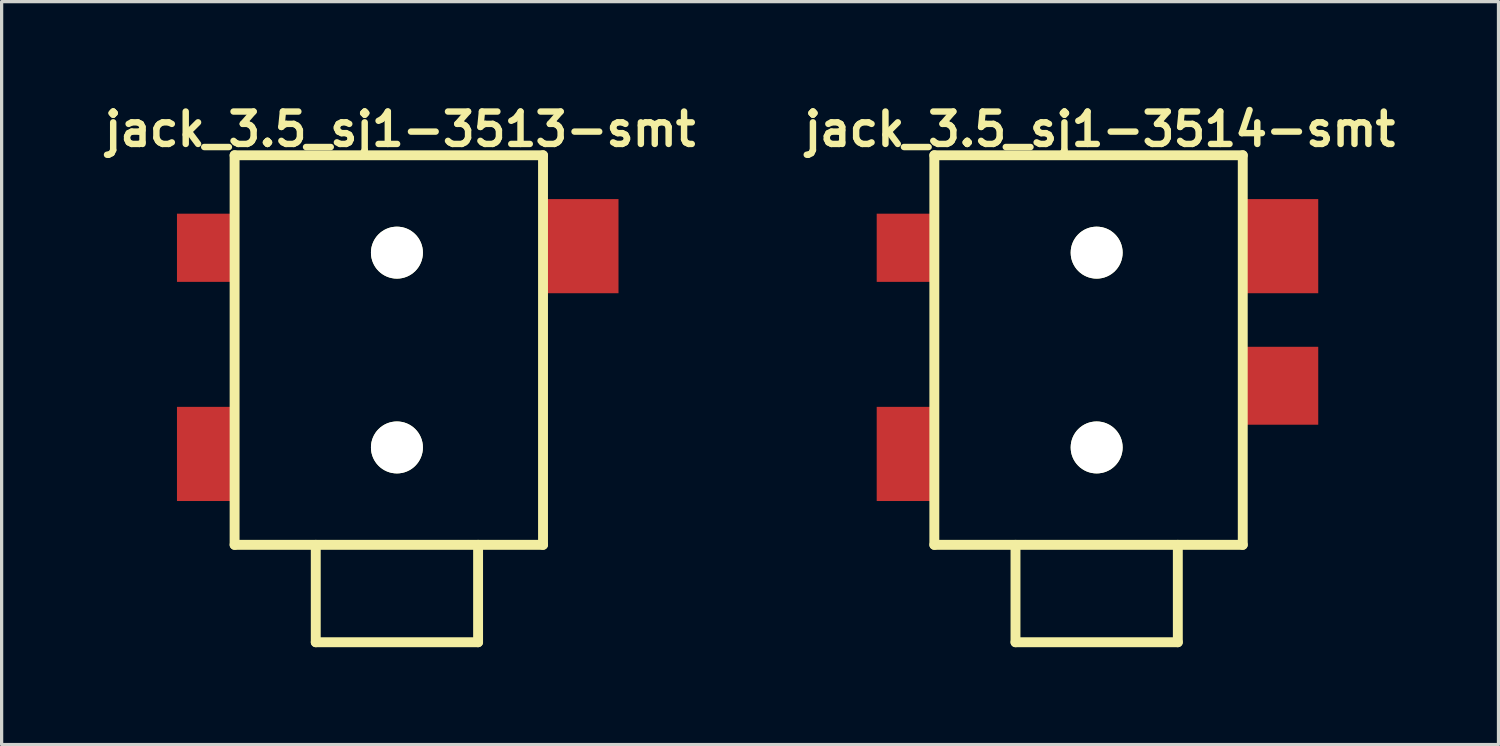
<source format=kicad_pcb>
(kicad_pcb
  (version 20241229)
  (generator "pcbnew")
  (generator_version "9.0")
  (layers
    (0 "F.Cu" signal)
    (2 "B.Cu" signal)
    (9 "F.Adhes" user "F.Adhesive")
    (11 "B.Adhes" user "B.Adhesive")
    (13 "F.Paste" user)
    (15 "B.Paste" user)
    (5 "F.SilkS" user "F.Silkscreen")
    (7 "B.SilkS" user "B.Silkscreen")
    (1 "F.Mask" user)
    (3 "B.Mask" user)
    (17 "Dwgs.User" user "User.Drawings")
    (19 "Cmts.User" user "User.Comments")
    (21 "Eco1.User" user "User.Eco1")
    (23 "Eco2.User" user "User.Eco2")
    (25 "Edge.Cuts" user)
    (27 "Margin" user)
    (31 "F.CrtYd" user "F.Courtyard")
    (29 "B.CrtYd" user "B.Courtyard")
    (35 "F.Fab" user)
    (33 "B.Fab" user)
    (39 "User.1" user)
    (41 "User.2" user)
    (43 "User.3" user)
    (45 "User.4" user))
  (footprint "jack_3.5_sj1-3513-smt"
    (layer "F.Cu")
    (at 9.176 7.632)
    (property "Reference" "jack_3.5_sj1-3513-smt" (at 0.1 -6.7 0) (layer "F.SilkS") (effects (font (size 0.998 0.998) (thickness 0.198))))
    (attr smd)
    (fp_line (start -5 -5.9) (end 4.5 -5.9) (stroke (width 0.305) (type solid)) (layer "F.SilkS"))
    (fp_line (start -5 6.1) (end -5 -5.9) (stroke (width 0.305) (type solid)) (layer "F.SilkS"))
    (fp_line (start -2.5 6.1) (end -2.5 9.1) (stroke (width 0.305) (type solid)) (layer "F.SilkS"))
    (fp_line (start -2.5 9.1) (end 2.5 9.1) (stroke (width 0.305) (type solid)) (layer "F.SilkS"))
    (fp_line (start 2.5 9.1) (end 2.5 6.1) (stroke (width 0.305) (type solid)) (layer "F.SilkS"))
    (fp_line (start 4.5 -5.9) (end 4.5 6.1) (stroke (width 0.305) (type solid)) (layer "F.SilkS"))
    (fp_line (start 4.5 6.1) (end -5 6.1) (stroke (width 0.305) (type solid)) (layer "F.SilkS"))
    (pad "" np_thru_hole circle (at 0 -2.9) (size 1.6 1.6) (drill 1.6) (layers "*.Cu" "*.Mask" "F.SilkS"))
    (pad "" np_thru_hole circle (at 0 3.1) (size 1.6 1.6) (drill 1.6) (layers "*.Cu" "*.Mask" "F.SilkS"))
    (pad "1" smd rect (at -5.9 3.3) (size 1.75 2.9) (layers "F.Cu" "F.Mask" "F.Paste"))
    (pad "2" smd rect (at 5.7 -3.1) (size 2.25 2.9) (layers "F.Cu" "F.Mask" "F.Paste"))
    (pad "3" smd rect (at -5.9 -3.05) (size 1.75 2.1) (layers "F.Cu" "F.Mask" "F.Paste")))
  (footprint "jack_3.5_sj1-3514-smt"
    (layer "F.Cu")
    (at 30.729 7.632)
    (property "Reference" "jack_3.5_sj1-3514-smt" (at 0.1 -6.7 0) (layer "F.SilkS") (effects (font (size 0.998 0.998) (thickness 0.198))))
    (attr smd)
    (fp_line (start -5 -5.9) (end 4.5 -5.9) (stroke (width 0.305) (type solid)) (layer "F.SilkS"))
    (fp_line (start -5 6.1) (end -5 -5.9) (stroke (width 0.305) (type solid)) (layer "F.SilkS"))
    (fp_line (start -2.5 6.1) (end -2.5 9.1) (stroke (width 0.305) (type solid)) (layer "F.SilkS"))
    (fp_line (start -2.5 9.1) (end 2.5 9.1) (stroke (width 0.305) (type solid)) (layer "F.SilkS"))
    (fp_line (start 2.5 9.1) (end 2.5 6.1) (stroke (width 0.305) (type solid)) (layer "F.SilkS"))
    (fp_line (start 4.5 -5.9) (end 4.5 6.1) (stroke (width 0.305) (type solid)) (layer "F.SilkS"))
    (fp_line (start 4.5 6.1) (end -5 6.1) (stroke (width 0.305) (type solid)) (layer "F.SilkS"))
    (pad "" np_thru_hole circle (at 0 -2.9) (size 1.6 1.6) (drill 1.6) (layers "*.Cu" "*.Mask" "F.SilkS"))
    (pad "" np_thru_hole circle (at 0 3.1) (size 1.6 1.6) (drill 1.6) (layers "*.Cu" "*.Mask" "F.SilkS"))
    (pad "1" smd rect (at -5.9 3.3) (size 1.75 2.9) (layers "F.Cu" "F.Mask" "F.Paste"))
    (pad "2" smd rect (at 5.7 1.2) (size 2.25 2.4) (layers "F.Cu" "F.Mask" "F.Paste"))
    (pad "3" smd rect (at 5.7 -3.1) (size 2.25 2.9) (layers "F.Cu" "F.Mask" "F.Paste"))
    (pad "4" smd rect (at -5.9 -3.05) (size 1.75 2.1) (layers "F.Cu" "F.Mask" "F.Paste")))
  (gr_rect
    (start -3 -3)
    (end 43.106 19.884)
    (stroke (width 0.1) (type default))
    (fill no)
    (layer "Edge.Cuts")))
</source>
